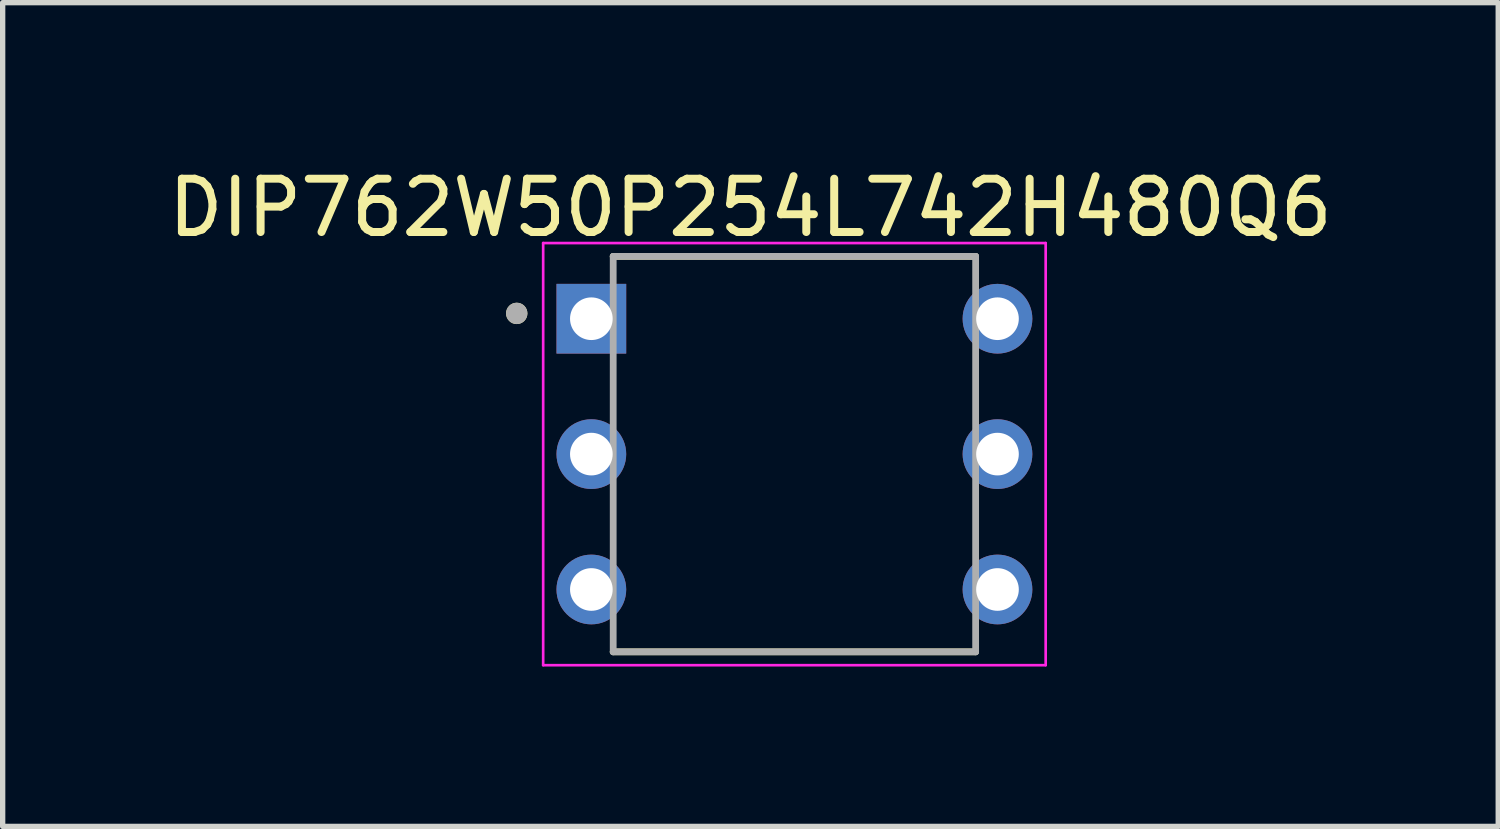
<source format=kicad_pcb>
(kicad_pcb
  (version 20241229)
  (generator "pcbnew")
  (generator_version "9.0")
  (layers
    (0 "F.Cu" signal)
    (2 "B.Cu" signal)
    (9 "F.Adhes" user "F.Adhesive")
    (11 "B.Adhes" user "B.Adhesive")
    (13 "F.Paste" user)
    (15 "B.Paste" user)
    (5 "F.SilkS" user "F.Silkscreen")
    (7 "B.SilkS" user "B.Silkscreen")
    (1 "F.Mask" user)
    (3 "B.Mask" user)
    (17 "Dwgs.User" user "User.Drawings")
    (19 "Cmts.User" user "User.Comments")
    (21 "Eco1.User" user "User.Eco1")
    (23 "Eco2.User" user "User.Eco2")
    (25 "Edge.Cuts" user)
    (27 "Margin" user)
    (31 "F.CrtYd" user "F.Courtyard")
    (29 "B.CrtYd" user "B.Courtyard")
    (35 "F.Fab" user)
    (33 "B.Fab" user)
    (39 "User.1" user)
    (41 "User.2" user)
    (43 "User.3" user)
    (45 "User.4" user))
  (footprint "DIP762W50P254L742H480Q6"
    (layer "F.Cu")
    (at 11.855 5.47)
    (property "Reference" "DIP762W50P254L742H480Q6" (at -0.825 -4.622 0) (layer "F.SilkS") (effects (font (size 1 1) (thickness 0.15))))
    (attr through_hole)
    (fp_line (start -3.4 -3.71) (end 3.4 -3.71) (stroke (width 0.127) (type solid)) (layer "F.SilkS"))
    (fp_line (start -3.4 3.71) (end 3.4 3.71) (stroke (width 0.127) (type solid)) (layer "F.SilkS"))
    (fp_circle (center -5.21 -2.64) (end -5.11 -2.64) (stroke (width 0.2) (type solid)) (fill no) (layer "F.SilkS"))
    (fp_line (start -4.714 -3.96) (end -4.714 3.96) (stroke (width 0.05) (type solid)) (layer "F.CrtYd"))
    (fp_line (start 4.714 -3.96) (end -4.714 -3.96) (stroke (width 0.05) (type solid)) (layer "F.CrtYd"))
    (fp_line (start 4.714 -3.96) (end 4.714 3.96) (stroke (width 0.05) (type solid)) (layer "F.CrtYd"))
    (fp_line (start 4.714 3.96) (end -4.714 3.96) (stroke (width 0.05) (type solid)) (layer "F.CrtYd"))
    (fp_line (start -3.4 -3.71) (end -3.4 3.71) (stroke (width 0.127) (type solid)) (layer "F.Fab"))
    (fp_line (start -3.4 -3.71) (end 3.4 -3.71) (stroke (width 0.127) (type solid)) (layer "F.Fab"))
    (fp_line (start -3.4 3.71) (end 3.4 3.71) (stroke (width 0.127) (type solid)) (layer "F.Fab"))
    (fp_line (start 3.4 -3.71) (end 3.4 3.71) (stroke (width 0.127) (type solid)) (layer "F.Fab"))
    (fp_circle (center -5.21 -2.64) (end -5.11 -2.64) (stroke (width 0.2) (type solid)) (fill no) (layer "F.Fab"))
    (pad "1" thru_hole rect (at -3.81 -2.54) (size 1.308 1.308) (drill 0.8) (layers "*.Cu" "*.Mask"))
    (pad "2" thru_hole circle (at -3.81 0) (size 1.308 1.308) (drill 0.8) (layers "*.Cu" "*.Mask"))
    (pad "3" thru_hole circle (at -3.81 2.54) (size 1.308 1.308) (drill 0.8) (layers "*.Cu" "*.Mask"))
    (pad "4" thru_hole circle (at 3.81 2.54) (size 1.308 1.308) (drill 0.8) (layers "*.Cu" "*.Mask"))
    (pad "5" thru_hole circle (at 3.81 0) (size 1.308 1.308) (drill 0.8) (layers "*.Cu" "*.Mask"))
    (pad "6" thru_hole circle (at 3.81 -2.54) (size 1.308 1.308) (drill 0.8) (layers "*.Cu" "*.Mask")))
  (gr_rect
    (start -3 -3)
    (end 25.06 12.455)
    (stroke (width 0.1) (type default))
    (fill no)
    (layer "Edge.Cuts")))
</source>
